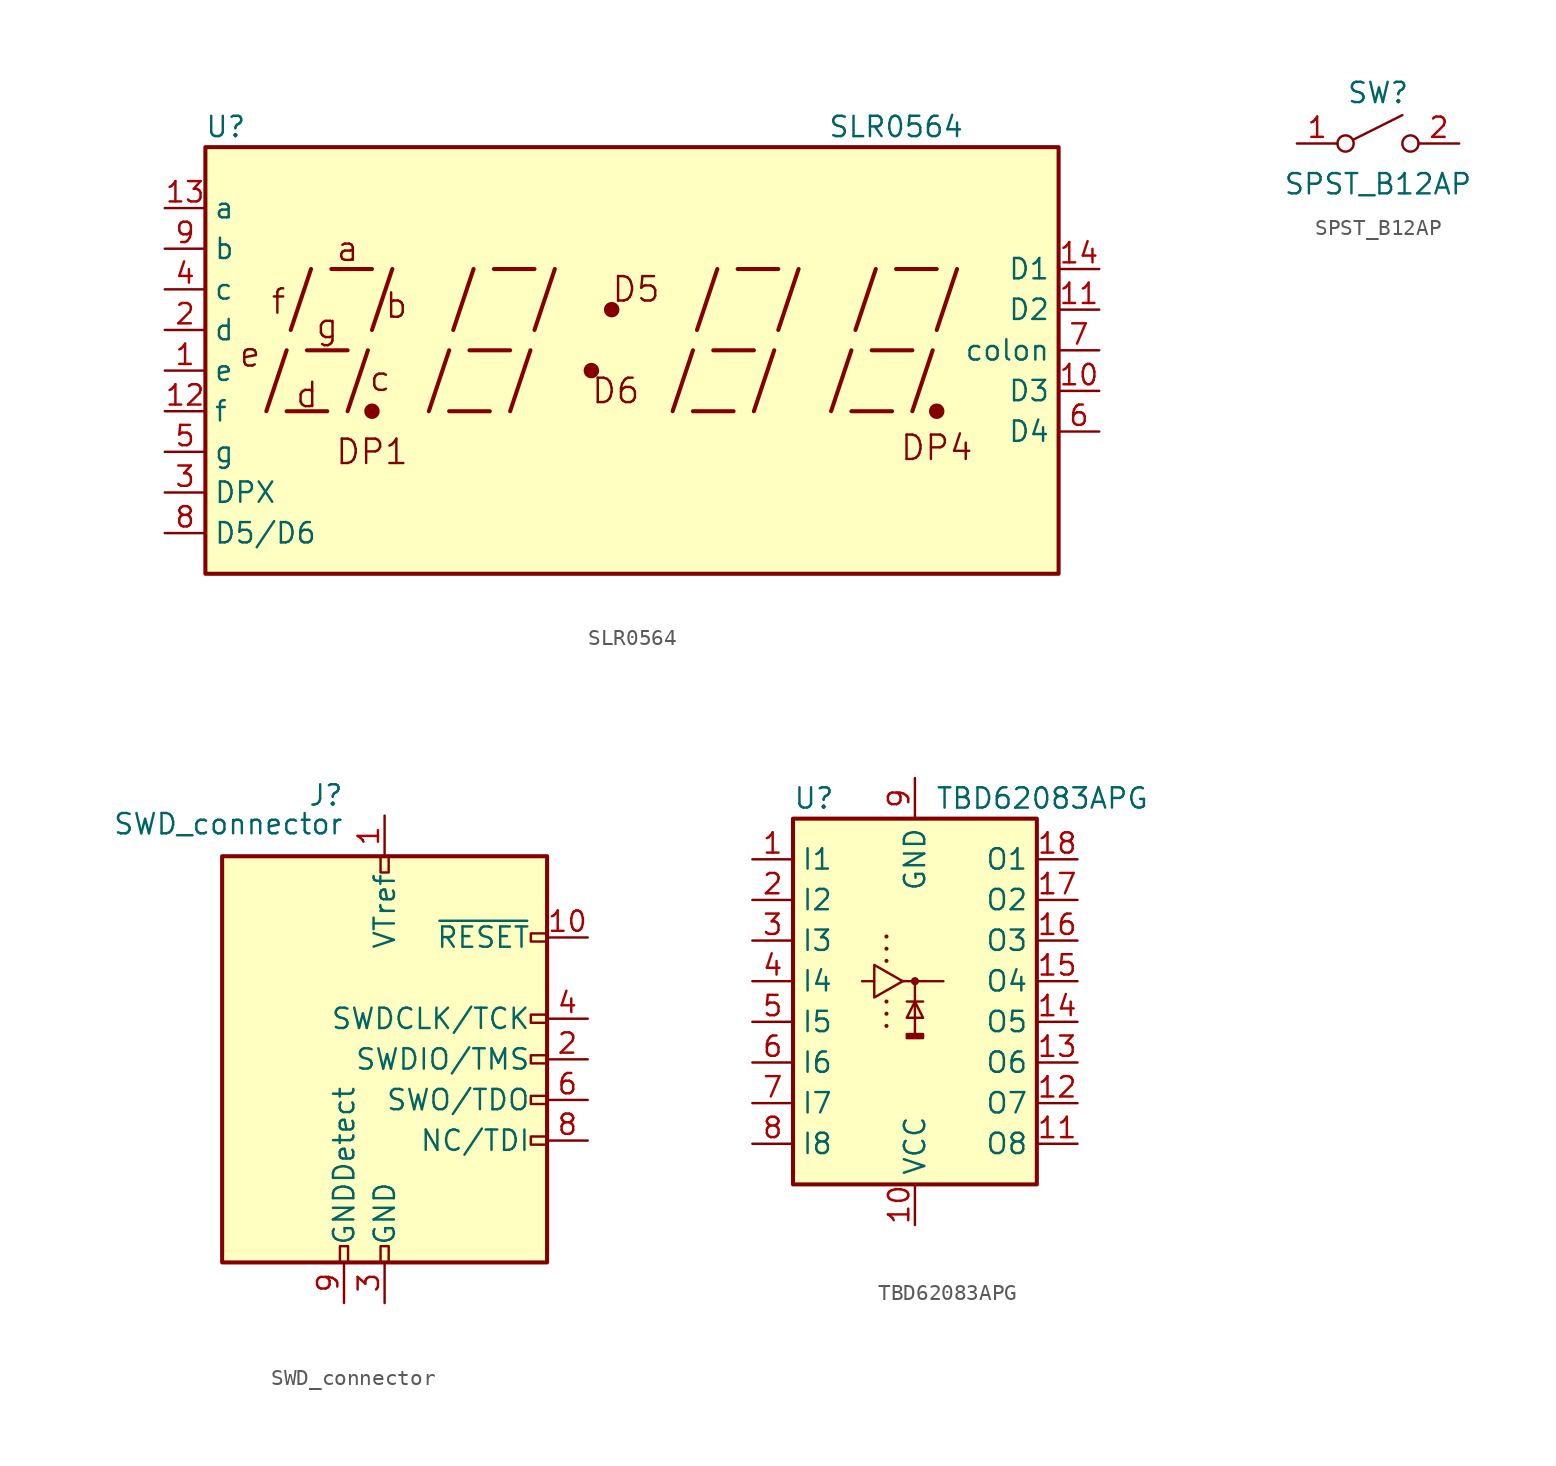
<source format=kicad_sym>
(kicad_symbol_lib
  (version 20220914)
  (generator kicad_symbol_editor)
  (symbol "SLR0564"
    (property "Reference" "U"
      (at -24.13 13.97 0)
      (effects (font (size 1.27 1.27))))
    (property "Value" "SLR0564"
      (at 17.78 13.97 0)
      (effects (font (size 1.27 1.27))))
    (symbol "SLR0564_0_0"
      (rectangle (start -25.4 12.7) (end 27.94 -13.97) (stroke (width 0.254) (type default)) (fill (type background)))
      (polyline (pts (xy -21.59 -3.81) (xy -20.32 0)) (stroke (width 0.254) (type default)) (fill (type none)))
      (polyline (pts (xy -20.32 -3.81) (xy -17.78 -3.81)) (stroke (width 0.254) (type default)) (fill (type none)))
      (polyline (pts (xy -20.066 1.27) (xy -18.796 5.08)) (stroke (width 0.254) (type default)) (fill (type none)))
      (polyline (pts (xy -19.05 0) (xy -16.51 0)) (stroke (width 0.254) (type default)) (fill (type none)))
      (polyline (pts (xy -17.526 5.08) (xy -14.986 5.08)) (stroke (width 0.254) (type default)) (fill (type none)))
      (polyline (pts (xy -16.51 -3.81) (xy -15.24 0)) (stroke (width 0.254) (type default)) (fill (type none)))
      (polyline (pts (xy -14.986 1.27) (xy -13.716 5.08)) (stroke (width 0.254) (type default)) (fill (type none)))
      (polyline (pts (xy -11.43 -3.81) (xy -10.16 0)) (stroke (width 0.254) (type default)) (fill (type none)))
      (polyline (pts (xy -10.16 -3.81) (xy -7.62 -3.81)) (stroke (width 0.254) (type default)) (fill (type none)))
      (polyline (pts (xy -9.906 1.27) (xy -8.636 5.08)) (stroke (width 0.254) (type default)) (fill (type none)))
      (polyline (pts (xy -8.89 0) (xy -6.35 0)) (stroke (width 0.254) (type default)) (fill (type none)))
      (polyline (pts (xy -7.366 5.08) (xy -4.826 5.08)) (stroke (width 0.254) (type default)) (fill (type none)))
      (polyline (pts (xy -6.35 -3.81) (xy -5.08 0)) (stroke (width 0.254) (type default)) (fill (type none)))
      (polyline (pts (xy -4.826 1.27) (xy -3.556 5.08)) (stroke (width 0.254) (type default)) (fill (type none)))
      (polyline (pts (xy 3.81 -3.81) (xy 5.08 0)) (stroke (width 0.254) (type default)) (fill (type none)))
      (polyline (pts (xy 5.08 -3.81) (xy 7.62 -3.81)) (stroke (width 0.254) (type default)) (fill (type none)))
      (polyline (pts (xy 5.334 1.27) (xy 6.604 5.08)) (stroke (width 0.254) (type default)) (fill (type none)))
      (polyline (pts (xy 6.35 0) (xy 8.89 0)) (stroke (width 0.254) (type default)) (fill (type none)))
      (polyline (pts (xy 7.874 5.08) (xy 10.414 5.08)) (stroke (width 0.254) (type default)) (fill (type none)))
      (polyline (pts (xy 8.89 -3.81) (xy 10.16 0)) (stroke (width 0.254) (type default)) (fill (type none)))
      (polyline (pts (xy 10.414 1.27) (xy 11.684 5.08)) (stroke (width 0.254) (type default)) (fill (type none)))
      (polyline (pts (xy 13.716 -3.81) (xy 14.986 0)) (stroke (width 0.254) (type default)) (fill (type none)))
      (polyline (pts (xy 14.986 -3.81) (xy 17.526 -3.81)) (stroke (width 0.254) (type default)) (fill (type none)))
      (polyline (pts (xy 15.24 1.27) (xy 16.51 5.08)) (stroke (width 0.254) (type default)) (fill (type none)))
      (polyline (pts (xy 16.256 0) (xy 18.796 0)) (stroke (width 0.254) (type default)) (fill (type none)))
      (polyline (pts (xy 17.78 5.08) (xy 20.32 5.08)) (stroke (width 0.254) (type default)) (fill (type none)))
      (polyline (pts (xy 18.796 -3.81) (xy 20.066 0)) (stroke (width 0.254) (type default)) (fill (type none)))
      (polyline (pts (xy 20.32 1.27) (xy 21.59 5.08)) (stroke (width 0.254) (type default)) (fill (type none)))
      (text "a" (at -16.51 6.35 0) (effects (font (size 1.524 1.524))))
      (text "b" (at -13.462 2.794 0) (effects (font (size 1.524 1.524))))
      (text "c" (at -14.478 -1.778 0) (effects (font (size 1.524 1.524))))
      (text "d" (at -19.05 -2.794 0) (effects (font (size 1.524 1.524))))
      (text "DP1" (at -14.986 -6.35 0) (effects (font (size 1.524 1.524))))
      (text "DP4" (at 20.32 -6.096 0) (effects (font (size 1.524 1.524))))
      (text "e" (at -22.606 -0.254 0) (effects (font (size 1.524 1.524))))
      (text "f" (at -20.828 3.048 0) (effects (font (size 1.524 1.524))))
      (text "g" (at -17.78 1.524 0) (effects (font (size 1.524 1.524)))))
    (symbol "SLR0564_0_1"
      (circle (center -14.986 -3.81) (radius 0.356) (stroke (width 0.254) (type default)) (fill (type outline))))
    (symbol "SLR0564_1_0"
      (circle (center 20.32 -3.81) (radius 0.356) (stroke (width 0.254) (type default)) (fill (type outline))))
    (symbol "SLR0564_1_1"
      (circle (center -1.27 -1.27) (radius 0.356) (stroke (width 0.254) (type default)) (fill (type outline)))
      (circle (center 0 2.54) (radius 0.356) (stroke (width 0.254) (type default)) (fill (type outline)))
      (text "D5" (at 1.524 3.81 0) (effects (font (size 1.524 1.524))))
      (text "D6" (at 0.254 -2.54 0) (effects (font (size 1.524 1.524))))
      (pin input line (at -27.94 -1.27 0) (length 2.54) (name "e" (effects (font (size 1.27 1.27)))) (number "1" (effects (font (size 1.27 1.27)))))
      (pin input line (at 30.48 -2.54 180) (length 2.54) (name "D3" (effects (font (size 1.27 1.27)))) (number "10" (effects (font (size 1.27 1.27)))))
      (pin input line (at 30.48 2.54 180) (length 2.54) (name "D2" (effects (font (size 1.27 1.27)))) (number "11" (effects (font (size 1.27 1.27)))))
      (pin input line (at -27.94 -3.81 0) (length 2.54) (name "f" (effects (font (size 1.27 1.27)))) (number "12" (effects (font (size 1.27 1.27)))))
      (pin input line (at -27.94 8.89 0) (length 2.54) (name "a" (effects (font (size 1.27 1.27)))) (number "13" (effects (font (size 1.27 1.27)))))
      (pin input line (at 30.48 5.08 180) (length 2.54) (name "D1" (effects (font (size 1.27 1.27)))) (number "14" (effects (font (size 1.27 1.27)))))
      (pin input line (at -27.94 1.27 0) (length 2.54) (name "d" (effects (font (size 1.27 1.27)))) (number "2" (effects (font (size 1.27 1.27)))))
      (pin input line (at -27.94 -8.89 0) (length 2.54) (name "DPX" (effects (font (size 1.27 1.27)))) (number "3" (effects (font (size 1.27 1.27)))))
      (pin input line (at -27.94 3.81 0) (length 2.54) (name "c" (effects (font (size 1.27 1.27)))) (number "4" (effects (font (size 1.27 1.27)))))
      (pin input line (at -27.94 -6.35 0) (length 2.54) (name "g" (effects (font (size 1.27 1.27)))) (number "5" (effects (font (size 1.27 1.27)))))
      (pin input line (at 30.48 -5.08 180) (length 2.54) (name "D4" (effects (font (size 1.27 1.27)))) (number "6" (effects (font (size 1.27 1.27)))))
      (pin input line (at 30.48 0 180) (length 2.54) (name "colon" (effects (font (size 1.27 1.27)))) (number "7" (effects (font (size 1.27 1.27)))))
      (pin input line (at -27.94 -11.43 0) (length 2.54) (name "D5/D6" (effects (font (size 1.27 1.27)))) (number "8" (effects (font (size 1.27 1.27)))))
      (pin input line (at -27.94 6.35 0) (length 2.54) (name "b" (effects (font (size 1.27 1.27)))) (number "9" (effects (font (size 1.27 1.27)))))))
  (symbol "SPST_B12AP"
    (pin_names
      (offset 0) hide)
    (property "Reference" "SW"
      (at 0 3.175 0)
      (effects (font (size 1.27 1.27))))
    (property "Value" "SPST_B12AP"
      (at 0 -2.54 0)
      (effects (font (size 1.27 1.27))))
    (symbol "SPST_B12AP_0_0"
      (circle (center -2.032 0) (radius 0.508) (stroke (width 0) (type default)) (fill (type none)))
      (polyline (pts (xy -1.524 0.254) (xy 1.524 1.778)) (stroke (width 0) (type default)) (fill (type none)))
      (circle (center 2.032 0) (radius 0.508) (stroke (width 0) (type default)) (fill (type none))))
    (symbol "SPST_B12AP_1_1"
      (pin passive line (at -5.08 0 0) (length 2.54) (name "A" (effects (font (size 1.27 1.27)))) (number "1" (effects (font (size 1.27 1.27)))))
      (pin passive line (at 5.08 0 180) (length 2.54) (name "B" (effects (font (size 1.27 1.27)))) (number "2" (effects (font (size 1.27 1.27)))))))
  (symbol "SWD_connector"
    (pin_names
      (offset 1.016))
    (property "Reference" "J"
      (at -2.54 16.51 0)
      (effects (font (size 1.27 1.27)) (justify right)))
    (property "Value" "SWD_connector"
      (at -2.54 13.97 0)
      (effects (font (size 1.27 1.27)) (justify right bottom)))
    (symbol "SWD_connector_0_1"
      (rectangle (start -10.16 12.7) (end 10.16 -12.7) (stroke (width 0.254) (type default)) (fill (type background)))
      (rectangle (start -2.794 -12.7) (end -2.286 -11.684) (stroke (width 0) (type default)) (fill (type none)))
      (rectangle (start -0.254 -12.7) (end 0.254 -11.684) (stroke (width 0) (type default)) (fill (type none)))
      (rectangle (start -0.254 12.7) (end 0.254 11.684) (stroke (width 0) (type default)) (fill (type none)))
      (rectangle (start 9.144 2.286) (end 10.16 2.794) (stroke (width 0) (type default)) (fill (type none)))
      (rectangle (start 10.16 -2.794) (end 9.144 -2.286) (stroke (width 0) (type default)) (fill (type none)))
      (rectangle (start 10.16 -0.254) (end 9.144 0.254) (stroke (width 0) (type default)) (fill (type none)))
      (rectangle (start 10.16 7.874) (end 9.144 7.366) (stroke (width 0) (type default)) (fill (type none))))
    (symbol "SWD_connector_1_1"
      (rectangle (start 9.144 -5.334) (end 10.16 -4.826) (stroke (width 0) (type default)) (fill (type none)))
      (pin power_in line (at 0 15.24 270) (length 2.54) (name "VTref" (effects (font (size 1.27 1.27)))) (number "1" (effects (font (size 1.27 1.27)))))
      (pin open_collector line (at 12.7 7.62 180) (length 2.54) (name "~{RESET}" (effects (font (size 1.27 1.27)))) (number "10" (effects (font (size 1.27 1.27)))))
      (pin bidirectional line (at 12.7 0 180) (length 2.54) (name "SWDIO/TMS" (effects (font (size 1.27 1.27)))) (number "2" (effects (font (size 1.27 1.27)))))
      (pin power_in line (at 0 -15.24 90) (length 2.54) (name "GND" (effects (font (size 1.27 1.27)))) (number "3" (effects (font (size 1.27 1.27)))))
      (pin output line (at 12.7 2.54 180) (length 2.54) (name "SWDCLK/TCK" (effects (font (size 1.27 1.27)))) (number "4" (effects (font (size 1.27 1.27)))))
      (pin passive line (at 0 -15.24 90) (length 2.54) hide (name "GND" (effects (font (size 1.27 1.27)))) (number "5" (effects (font (size 1.27 1.27)))))
      (pin input line (at 12.7 -2.54 180) (length 2.54) (name "SWO/TDO" (effects (font (size 1.27 1.27)))) (number "6" (effects (font (size 1.27 1.27)))))
      (pin no_connect line (at -10.16 0 0) (length 2.54) hide (name "KEY" (effects (font (size 1.27 1.27)))) (number "7" (effects (font (size 1.27 1.27)))))
      (pin output line (at 12.7 -5.08 180) (length 2.54) (name "NC/TDI" (effects (font (size 1.27 1.27)))) (number "8" (effects (font (size 1.27 1.27)))))
      (pin passive line (at -2.54 -15.24 90) (length 2.54) (name "GNDDetect" (effects (font (size 1.27 1.27)))) (number "9" (effects (font (size 1.27 1.27)))))))
  (symbol "TBD62083APG"
    (property "Reference" "U"
      (at -7.62 11.43 0)
      (effects (font (size 1.27 1.27)) (justify left)))
    (property "Value" "TBD62083APG"
      (at 1.27 11.43 0)
      (effects (font (size 1.27 1.27)) (justify left)))
    (symbol "TBD62083APG_0_1"
      (rectangle (start -7.62 10.16) (end 7.62 -12.7) (stroke (width 0.254) (type default)) (fill (type background)))
      (rectangle (start -0.508 -3.302) (end 0.508 -3.556) (stroke (width 0) (type default)) (fill (type outline)))
      (polyline (pts (xy -1.778 -2.794) (xy -1.778 -2.794)) (stroke (width 0.254) (type default)) (fill (type none)))
      (polyline (pts (xy -1.778 -2.032) (xy -1.778 -2.032)) (stroke (width 0.254) (type default)) (fill (type none)))
      (polyline (pts (xy -1.778 -1.27) (xy -1.778 -1.27)) (stroke (width 0.254) (type default)) (fill (type none)))
      (polyline (pts (xy -1.778 1.27) (xy -1.778 1.27)) (stroke (width 0.254) (type default)) (fill (type none)))
      (polyline (pts (xy -1.778 2.032) (xy -1.778 2.032)) (stroke (width 0.254) (type default)) (fill (type none)))
      (polyline (pts (xy -1.778 2.794) (xy -1.778 2.794)) (stroke (width 0.254) (type default)) (fill (type none)))
      (polyline (pts (xy -0.762 0) (xy 1.778 0)) (stroke (width 0) (type default)) (fill (type none)))
      (polyline (pts (xy -0.508 -1.27) (xy 0.508 -1.27)) (stroke (width 0) (type default)) (fill (type none)))
      (polyline (pts (xy 0 0) (xy 0 -3.302)) (stroke (width 0) (type default)) (fill (type none)))
      (polyline (pts (xy 0 0) (xy 0 0)) (stroke (width 0.508) (type default)) (fill (type none)))
      (polyline (pts (xy 0 -1.27) (xy -0.508 -2.286) (xy 0.508 -2.286) (xy 0 -1.27)) (stroke (width 0) (type default)) (fill (type none)))
      (polyline (pts (xy -3.302 0) (xy -2.54 0) (xy -2.54 1.016) (xy -0.762 0) (xy -2.54 -1.016) (xy -2.54 0)) (stroke (width 0) (type default)) (fill (type none))))
    (symbol "TBD62083APG_1_1"
      (pin input line (at -10.16 7.62 0) (length 2.54) (name "I1" (effects (font (size 1.27 1.27)))) (number "1" (effects (font (size 1.27 1.27)))))
      (pin power_in line (at 0 -15.24 90) (length 2.54) (name "VCC" (effects (font (size 1.27 1.27)))) (number "10" (effects (font (size 1.27 1.27)))))
      (pin open_emitter line (at 10.16 -10.16 180) (length 2.54) (name "O8" (effects (font (size 1.27 1.27)))) (number "11" (effects (font (size 1.27 1.27)))))
      (pin open_emitter line (at 10.16 -7.62 180) (length 2.54) (name "O7" (effects (font (size 1.27 1.27)))) (number "12" (effects (font (size 1.27 1.27)))))
      (pin open_emitter line (at 10.16 -5.08 180) (length 2.54) (name "O6" (effects (font (size 1.27 1.27)))) (number "13" (effects (font (size 1.27 1.27)))))
      (pin open_emitter line (at 10.16 -2.54 180) (length 2.54) (name "O5" (effects (font (size 1.27 1.27)))) (number "14" (effects (font (size 1.27 1.27)))))
      (pin open_emitter line (at 10.16 0 180) (length 2.54) (name "O4" (effects (font (size 1.27 1.27)))) (number "15" (effects (font (size 1.27 1.27)))))
      (pin open_emitter line (at 10.16 2.54 180) (length 2.54) (name "O3" (effects (font (size 1.27 1.27)))) (number "16" (effects (font (size 1.27 1.27)))))
      (pin open_emitter line (at 10.16 5.08 180) (length 2.54) (name "O2" (effects (font (size 1.27 1.27)))) (number "17" (effects (font (size 1.27 1.27)))))
      (pin open_emitter line (at 10.16 7.62 180) (length 2.54) (name "O1" (effects (font (size 1.27 1.27)))) (number "18" (effects (font (size 1.27 1.27)))))
      (pin input line (at -10.16 5.08 0) (length 2.54) (name "I2" (effects (font (size 1.27 1.27)))) (number "2" (effects (font (size 1.27 1.27)))))
      (pin input line (at -10.16 2.54 0) (length 2.54) (name "I3" (effects (font (size 1.27 1.27)))) (number "3" (effects (font (size 1.27 1.27)))))
      (pin input line (at -10.16 0 0) (length 2.54) (name "I4" (effects (font (size 1.27 1.27)))) (number "4" (effects (font (size 1.27 1.27)))))
      (pin input line (at -10.16 -2.54 0) (length 2.54) (name "I5" (effects (font (size 1.27 1.27)))) (number "5" (effects (font (size 1.27 1.27)))))
      (pin input line (at -10.16 -5.08 0) (length 2.54) (name "I6" (effects (font (size 1.27 1.27)))) (number "6" (effects (font (size 1.27 1.27)))))
      (pin input line (at -10.16 -7.62 0) (length 2.54) (name "I7" (effects (font (size 1.27 1.27)))) (number "7" (effects (font (size 1.27 1.27)))))
      (pin input line (at -10.16 -10.16 0) (length 2.54) (name "I8" (effects (font (size 1.27 1.27)))) (number "8" (effects (font (size 1.27 1.27)))))
      (pin power_in line (at 0 12.7 270) (length 2.54) (name "GND" (effects (font (size 1.27 1.27)))) (number "9" (effects (font (size 1.27 1.27))))))))
</source>
